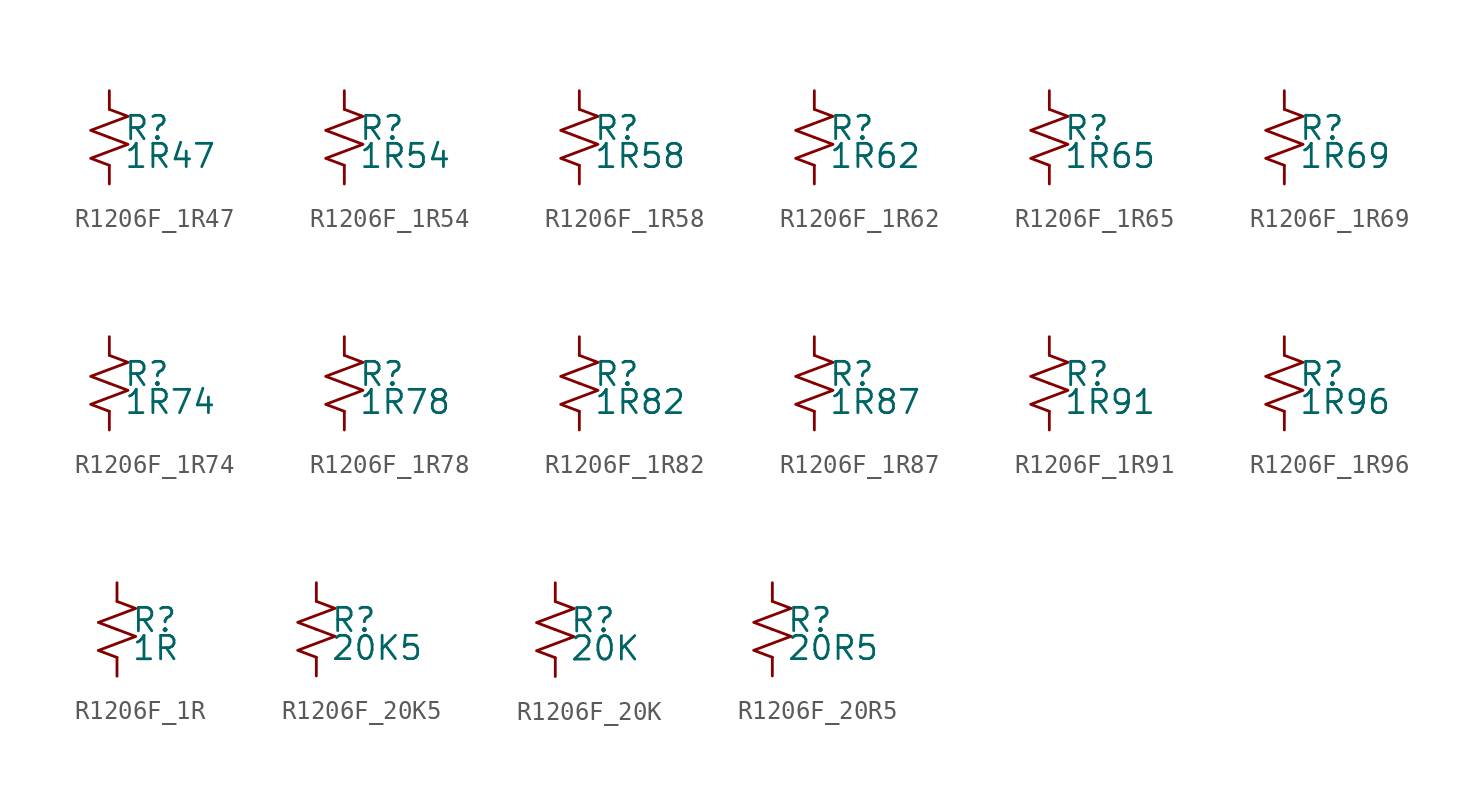
<source format=kicad_sym>
(kicad_symbol_lib
  (version 20220914)
  (generator kicad_symbol_editor)
  (symbol "R1206F_1R47"
    (pin_numbers hide)
    (pin_names
      (offset 0.254) hide)
    (property "Reference" "R"
      (at 0.762 0.508 0)
      (effects (font (size 1.27 1.27)) (justify left)))
    (property "Value" "1R47"
      (at 0.762 -1.016 0)
      (effects (font (size 1.27 1.27)) (justify left)))
    (symbol "R1206F_1R47_1_1"
      (polyline (pts (xy 0 0) (xy 1.016 -0.381) (xy 0 -0.762) (xy -1.016 -1.143) (xy 0 -1.524)) (stroke (width 0) (type default)) (fill (type none)))
      (polyline (pts (xy 0 1.524) (xy 1.016 1.143) (xy 0 0.762) (xy -1.016 0.381) (xy 0 0)) (stroke (width 0) (type default)) (fill (type none)))
      (pin passive line (at 0 2.54 270) (length 1.016) (name "~" (effects (font (size 1.27 1.27)))) (number "1" (effects (font (size 1.27 1.27)))))
      (pin passive line (at 0 -2.54 90) (length 1.016) (name "~" (effects (font (size 1.27 1.27)))) (number "2" (effects (font (size 1.27 1.27)))))))
  (symbol "R1206F_1R54"
    (pin_numbers hide)
    (pin_names
      (offset 0.254) hide)
    (property "Reference" "R"
      (at 0.762 0.508 0)
      (effects (font (size 1.27 1.27)) (justify left)))
    (property "Value" "1R54"
      (at 0.762 -1.016 0)
      (effects (font (size 1.27 1.27)) (justify left)))
    (symbol "R1206F_1R54_1_1"
      (polyline (pts (xy 0 0) (xy 1.016 -0.381) (xy 0 -0.762) (xy -1.016 -1.143) (xy 0 -1.524)) (stroke (width 0) (type default)) (fill (type none)))
      (polyline (pts (xy 0 1.524) (xy 1.016 1.143) (xy 0 0.762) (xy -1.016 0.381) (xy 0 0)) (stroke (width 0) (type default)) (fill (type none)))
      (pin passive line (at 0 2.54 270) (length 1.016) (name "~" (effects (font (size 1.27 1.27)))) (number "1" (effects (font (size 1.27 1.27)))))
      (pin passive line (at 0 -2.54 90) (length 1.016) (name "~" (effects (font (size 1.27 1.27)))) (number "2" (effects (font (size 1.27 1.27)))))))
  (symbol "R1206F_1R58"
    (pin_numbers hide)
    (pin_names
      (offset 0.254) hide)
    (property "Reference" "R"
      (at 0.762 0.508 0)
      (effects (font (size 1.27 1.27)) (justify left)))
    (property "Value" "1R58"
      (at 0.762 -1.016 0)
      (effects (font (size 1.27 1.27)) (justify left)))
    (symbol "R1206F_1R58_1_1"
      (polyline (pts (xy 0 0) (xy 1.016 -0.381) (xy 0 -0.762) (xy -1.016 -1.143) (xy 0 -1.524)) (stroke (width 0) (type default)) (fill (type none)))
      (polyline (pts (xy 0 1.524) (xy 1.016 1.143) (xy 0 0.762) (xy -1.016 0.381) (xy 0 0)) (stroke (width 0) (type default)) (fill (type none)))
      (pin passive line (at 0 2.54 270) (length 1.016) (name "~" (effects (font (size 1.27 1.27)))) (number "1" (effects (font (size 1.27 1.27)))))
      (pin passive line (at 0 -2.54 90) (length 1.016) (name "~" (effects (font (size 1.27 1.27)))) (number "2" (effects (font (size 1.27 1.27)))))))
  (symbol "R1206F_1R62"
    (pin_numbers hide)
    (pin_names
      (offset 0.254) hide)
    (property "Reference" "R"
      (at 0.762 0.508 0)
      (effects (font (size 1.27 1.27)) (justify left)))
    (property "Value" "1R62"
      (at 0.762 -1.016 0)
      (effects (font (size 1.27 1.27)) (justify left)))
    (symbol "R1206F_1R62_1_1"
      (polyline (pts (xy 0 0) (xy 1.016 -0.381) (xy 0 -0.762) (xy -1.016 -1.143) (xy 0 -1.524)) (stroke (width 0) (type default)) (fill (type none)))
      (polyline (pts (xy 0 1.524) (xy 1.016 1.143) (xy 0 0.762) (xy -1.016 0.381) (xy 0 0)) (stroke (width 0) (type default)) (fill (type none)))
      (pin passive line (at 0 2.54 270) (length 1.016) (name "~" (effects (font (size 1.27 1.27)))) (number "1" (effects (font (size 1.27 1.27)))))
      (pin passive line (at 0 -2.54 90) (length 1.016) (name "~" (effects (font (size 1.27 1.27)))) (number "2" (effects (font (size 1.27 1.27)))))))
  (symbol "R1206F_1R65"
    (pin_numbers hide)
    (pin_names
      (offset 0.254) hide)
    (property "Reference" "R"
      (at 0.762 0.508 0)
      (effects (font (size 1.27 1.27)) (justify left)))
    (property "Value" "1R65"
      (at 0.762 -1.016 0)
      (effects (font (size 1.27 1.27)) (justify left)))
    (symbol "R1206F_1R65_1_1"
      (polyline (pts (xy 0 0) (xy 1.016 -0.381) (xy 0 -0.762) (xy -1.016 -1.143) (xy 0 -1.524)) (stroke (width 0) (type default)) (fill (type none)))
      (polyline (pts (xy 0 1.524) (xy 1.016 1.143) (xy 0 0.762) (xy -1.016 0.381) (xy 0 0)) (stroke (width 0) (type default)) (fill (type none)))
      (pin passive line (at 0 2.54 270) (length 1.016) (name "~" (effects (font (size 1.27 1.27)))) (number "1" (effects (font (size 1.27 1.27)))))
      (pin passive line (at 0 -2.54 90) (length 1.016) (name "~" (effects (font (size 1.27 1.27)))) (number "2" (effects (font (size 1.27 1.27)))))))
  (symbol "R1206F_1R69"
    (pin_numbers hide)
    (pin_names
      (offset 0.254) hide)
    (property "Reference" "R"
      (at 0.762 0.508 0)
      (effects (font (size 1.27 1.27)) (justify left)))
    (property "Value" "1R69"
      (at 0.762 -1.016 0)
      (effects (font (size 1.27 1.27)) (justify left)))
    (symbol "R1206F_1R69_1_1"
      (polyline (pts (xy 0 0) (xy 1.016 -0.381) (xy 0 -0.762) (xy -1.016 -1.143) (xy 0 -1.524)) (stroke (width 0) (type default)) (fill (type none)))
      (polyline (pts (xy 0 1.524) (xy 1.016 1.143) (xy 0 0.762) (xy -1.016 0.381) (xy 0 0)) (stroke (width 0) (type default)) (fill (type none)))
      (pin passive line (at 0 2.54 270) (length 1.016) (name "~" (effects (font (size 1.27 1.27)))) (number "1" (effects (font (size 1.27 1.27)))))
      (pin passive line (at 0 -2.54 90) (length 1.016) (name "~" (effects (font (size 1.27 1.27)))) (number "2" (effects (font (size 1.27 1.27)))))))
  (symbol "R1206F_1R74"
    (pin_numbers hide)
    (pin_names
      (offset 0.254) hide)
    (property "Reference" "R"
      (at 0.762 0.508 0)
      (effects (font (size 1.27 1.27)) (justify left)))
    (property "Value" "1R74"
      (at 0.762 -1.016 0)
      (effects (font (size 1.27 1.27)) (justify left)))
    (symbol "R1206F_1R74_1_1"
      (polyline (pts (xy 0 0) (xy 1.016 -0.381) (xy 0 -0.762) (xy -1.016 -1.143) (xy 0 -1.524)) (stroke (width 0) (type default)) (fill (type none)))
      (polyline (pts (xy 0 1.524) (xy 1.016 1.143) (xy 0 0.762) (xy -1.016 0.381) (xy 0 0)) (stroke (width 0) (type default)) (fill (type none)))
      (pin passive line (at 0 2.54 270) (length 1.016) (name "~" (effects (font (size 1.27 1.27)))) (number "1" (effects (font (size 1.27 1.27)))))
      (pin passive line (at 0 -2.54 90) (length 1.016) (name "~" (effects (font (size 1.27 1.27)))) (number "2" (effects (font (size 1.27 1.27)))))))
  (symbol "R1206F_1R78"
    (pin_numbers hide)
    (pin_names
      (offset 0.254) hide)
    (property "Reference" "R"
      (at 0.762 0.508 0)
      (effects (font (size 1.27 1.27)) (justify left)))
    (property "Value" "1R78"
      (at 0.762 -1.016 0)
      (effects (font (size 1.27 1.27)) (justify left)))
    (symbol "R1206F_1R78_1_1"
      (polyline (pts (xy 0 0) (xy 1.016 -0.381) (xy 0 -0.762) (xy -1.016 -1.143) (xy 0 -1.524)) (stroke (width 0) (type default)) (fill (type none)))
      (polyline (pts (xy 0 1.524) (xy 1.016 1.143) (xy 0 0.762) (xy -1.016 0.381) (xy 0 0)) (stroke (width 0) (type default)) (fill (type none)))
      (pin passive line (at 0 2.54 270) (length 1.016) (name "~" (effects (font (size 1.27 1.27)))) (number "1" (effects (font (size 1.27 1.27)))))
      (pin passive line (at 0 -2.54 90) (length 1.016) (name "~" (effects (font (size 1.27 1.27)))) (number "2" (effects (font (size 1.27 1.27)))))))
  (symbol "R1206F_1R82"
    (pin_numbers hide)
    (pin_names
      (offset 0.254) hide)
    (property "Reference" "R"
      (at 0.762 0.508 0)
      (effects (font (size 1.27 1.27)) (justify left)))
    (property "Value" "1R82"
      (at 0.762 -1.016 0)
      (effects (font (size 1.27 1.27)) (justify left)))
    (symbol "R1206F_1R82_1_1"
      (polyline (pts (xy 0 0) (xy 1.016 -0.381) (xy 0 -0.762) (xy -1.016 -1.143) (xy 0 -1.524)) (stroke (width 0) (type default)) (fill (type none)))
      (polyline (pts (xy 0 1.524) (xy 1.016 1.143) (xy 0 0.762) (xy -1.016 0.381) (xy 0 0)) (stroke (width 0) (type default)) (fill (type none)))
      (pin passive line (at 0 2.54 270) (length 1.016) (name "~" (effects (font (size 1.27 1.27)))) (number "1" (effects (font (size 1.27 1.27)))))
      (pin passive line (at 0 -2.54 90) (length 1.016) (name "~" (effects (font (size 1.27 1.27)))) (number "2" (effects (font (size 1.27 1.27)))))))
  (symbol "R1206F_1R87"
    (pin_numbers hide)
    (pin_names
      (offset 0.254) hide)
    (property "Reference" "R"
      (at 0.762 0.508 0)
      (effects (font (size 1.27 1.27)) (justify left)))
    (property "Value" "1R87"
      (at 0.762 -1.016 0)
      (effects (font (size 1.27 1.27)) (justify left)))
    (symbol "R1206F_1R87_1_1"
      (polyline (pts (xy 0 0) (xy 1.016 -0.381) (xy 0 -0.762) (xy -1.016 -1.143) (xy 0 -1.524)) (stroke (width 0) (type default)) (fill (type none)))
      (polyline (pts (xy 0 1.524) (xy 1.016 1.143) (xy 0 0.762) (xy -1.016 0.381) (xy 0 0)) (stroke (width 0) (type default)) (fill (type none)))
      (pin passive line (at 0 2.54 270) (length 1.016) (name "~" (effects (font (size 1.27 1.27)))) (number "1" (effects (font (size 1.27 1.27)))))
      (pin passive line (at 0 -2.54 90) (length 1.016) (name "~" (effects (font (size 1.27 1.27)))) (number "2" (effects (font (size 1.27 1.27)))))))
  (symbol "R1206F_1R91"
    (pin_numbers hide)
    (pin_names
      (offset 0.254) hide)
    (property "Reference" "R"
      (at 0.762 0.508 0)
      (effects (font (size 1.27 1.27)) (justify left)))
    (property "Value" "1R91"
      (at 0.762 -1.016 0)
      (effects (font (size 1.27 1.27)) (justify left)))
    (symbol "R1206F_1R91_1_1"
      (polyline (pts (xy 0 0) (xy 1.016 -0.381) (xy 0 -0.762) (xy -1.016 -1.143) (xy 0 -1.524)) (stroke (width 0) (type default)) (fill (type none)))
      (polyline (pts (xy 0 1.524) (xy 1.016 1.143) (xy 0 0.762) (xy -1.016 0.381) (xy 0 0)) (stroke (width 0) (type default)) (fill (type none)))
      (pin passive line (at 0 2.54 270) (length 1.016) (name "~" (effects (font (size 1.27 1.27)))) (number "1" (effects (font (size 1.27 1.27)))))
      (pin passive line (at 0 -2.54 90) (length 1.016) (name "~" (effects (font (size 1.27 1.27)))) (number "2" (effects (font (size 1.27 1.27)))))))
  (symbol "R1206F_1R96"
    (pin_numbers hide)
    (pin_names
      (offset 0.254) hide)
    (property "Reference" "R"
      (at 0.762 0.508 0)
      (effects (font (size 1.27 1.27)) (justify left)))
    (property "Value" "1R96"
      (at 0.762 -1.016 0)
      (effects (font (size 1.27 1.27)) (justify left)))
    (symbol "R1206F_1R96_1_1"
      (polyline (pts (xy 0 0) (xy 1.016 -0.381) (xy 0 -0.762) (xy -1.016 -1.143) (xy 0 -1.524)) (stroke (width 0) (type default)) (fill (type none)))
      (polyline (pts (xy 0 1.524) (xy 1.016 1.143) (xy 0 0.762) (xy -1.016 0.381) (xy 0 0)) (stroke (width 0) (type default)) (fill (type none)))
      (pin passive line (at 0 2.54 270) (length 1.016) (name "~" (effects (font (size 1.27 1.27)))) (number "1" (effects (font (size 1.27 1.27)))))
      (pin passive line (at 0 -2.54 90) (length 1.016) (name "~" (effects (font (size 1.27 1.27)))) (number "2" (effects (font (size 1.27 1.27)))))))
  (symbol "R1206F_1R"
    (pin_numbers hide)
    (pin_names
      (offset 0.254) hide)
    (property "Reference" "R"
      (at 0.762 0.508 0)
      (effects (font (size 1.27 1.27)) (justify left)))
    (property "Value" "1R"
      (at 0.762 -1.016 0)
      (effects (font (size 1.27 1.27)) (justify left)))
    (symbol "R1206F_1R_1_1"
      (polyline (pts (xy 0 0) (xy 1.016 -0.381) (xy 0 -0.762) (xy -1.016 -1.143) (xy 0 -1.524)) (stroke (width 0) (type default)) (fill (type none)))
      (polyline (pts (xy 0 1.524) (xy 1.016 1.143) (xy 0 0.762) (xy -1.016 0.381) (xy 0 0)) (stroke (width 0) (type default)) (fill (type none)))
      (pin passive line (at 0 2.54 270) (length 1.016) (name "~" (effects (font (size 1.27 1.27)))) (number "1" (effects (font (size 1.27 1.27)))))
      (pin passive line (at 0 -2.54 90) (length 1.016) (name "~" (effects (font (size 1.27 1.27)))) (number "2" (effects (font (size 1.27 1.27)))))))
  (symbol "R1206F_20K5"
    (pin_numbers hide)
    (pin_names
      (offset 0.254) hide)
    (property "Reference" "R"
      (at 0.762 0.508 0)
      (effects (font (size 1.27 1.27)) (justify left)))
    (property "Value" "20K5"
      (at 0.762 -1.016 0)
      (effects (font (size 1.27 1.27)) (justify left)))
    (symbol "R1206F_20K5_1_1"
      (polyline (pts (xy 0 0) (xy 1.016 -0.381) (xy 0 -0.762) (xy -1.016 -1.143) (xy 0 -1.524)) (stroke (width 0) (type default)) (fill (type none)))
      (polyline (pts (xy 0 1.524) (xy 1.016 1.143) (xy 0 0.762) (xy -1.016 0.381) (xy 0 0)) (stroke (width 0) (type default)) (fill (type none)))
      (pin passive line (at 0 2.54 270) (length 1.016) (name "~" (effects (font (size 1.27 1.27)))) (number "1" (effects (font (size 1.27 1.27)))))
      (pin passive line (at 0 -2.54 90) (length 1.016) (name "~" (effects (font (size 1.27 1.27)))) (number "2" (effects (font (size 1.27 1.27)))))))
  (symbol "R1206F_20K"
    (pin_numbers hide)
    (pin_names
      (offset 0.254) hide)
    (property "Reference" "R"
      (at 0.762 0.508 0)
      (effects (font (size 1.27 1.27)) (justify left)))
    (property "Value" "20K"
      (at 0.762 -1.016 0)
      (effects (font (size 1.27 1.27)) (justify left)))
    (symbol "R1206F_20K_1_1"
      (polyline (pts (xy 0 0) (xy 1.016 -0.381) (xy 0 -0.762) (xy -1.016 -1.143) (xy 0 -1.524)) (stroke (width 0) (type default)) (fill (type none)))
      (polyline (pts (xy 0 1.524) (xy 1.016 1.143) (xy 0 0.762) (xy -1.016 0.381) (xy 0 0)) (stroke (width 0) (type default)) (fill (type none)))
      (pin passive line (at 0 2.54 270) (length 1.016) (name "~" (effects (font (size 1.27 1.27)))) (number "1" (effects (font (size 1.27 1.27)))))
      (pin passive line (at 0 -2.54 90) (length 1.016) (name "~" (effects (font (size 1.27 1.27)))) (number "2" (effects (font (size 1.27 1.27)))))))
  (symbol "R1206F_20R5"
    (pin_numbers hide)
    (pin_names
      (offset 0.254) hide)
    (property "Reference" "R"
      (at 0.762 0.508 0)
      (effects (font (size 1.27 1.27)) (justify left)))
    (property "Value" "20R5"
      (at 0.762 -1.016 0)
      (effects (font (size 1.27 1.27)) (justify left)))
    (symbol "R1206F_20R5_1_1"
      (polyline (pts (xy 0 0) (xy 1.016 -0.381) (xy 0 -0.762) (xy -1.016 -1.143) (xy 0 -1.524)) (stroke (width 0) (type default)) (fill (type none)))
      (polyline (pts (xy 0 1.524) (xy 1.016 1.143) (xy 0 0.762) (xy -1.016 0.381) (xy 0 0)) (stroke (width 0) (type default)) (fill (type none)))
      (pin passive line (at 0 2.54 270) (length 1.016) (name "~" (effects (font (size 1.27 1.27)))) (number "1" (effects (font (size 1.27 1.27)))))
      (pin passive line (at 0 -2.54 90) (length 1.016) (name "~" (effects (font (size 1.27 1.27)))) (number "2" (effects (font (size 1.27 1.27))))))))
</source>
